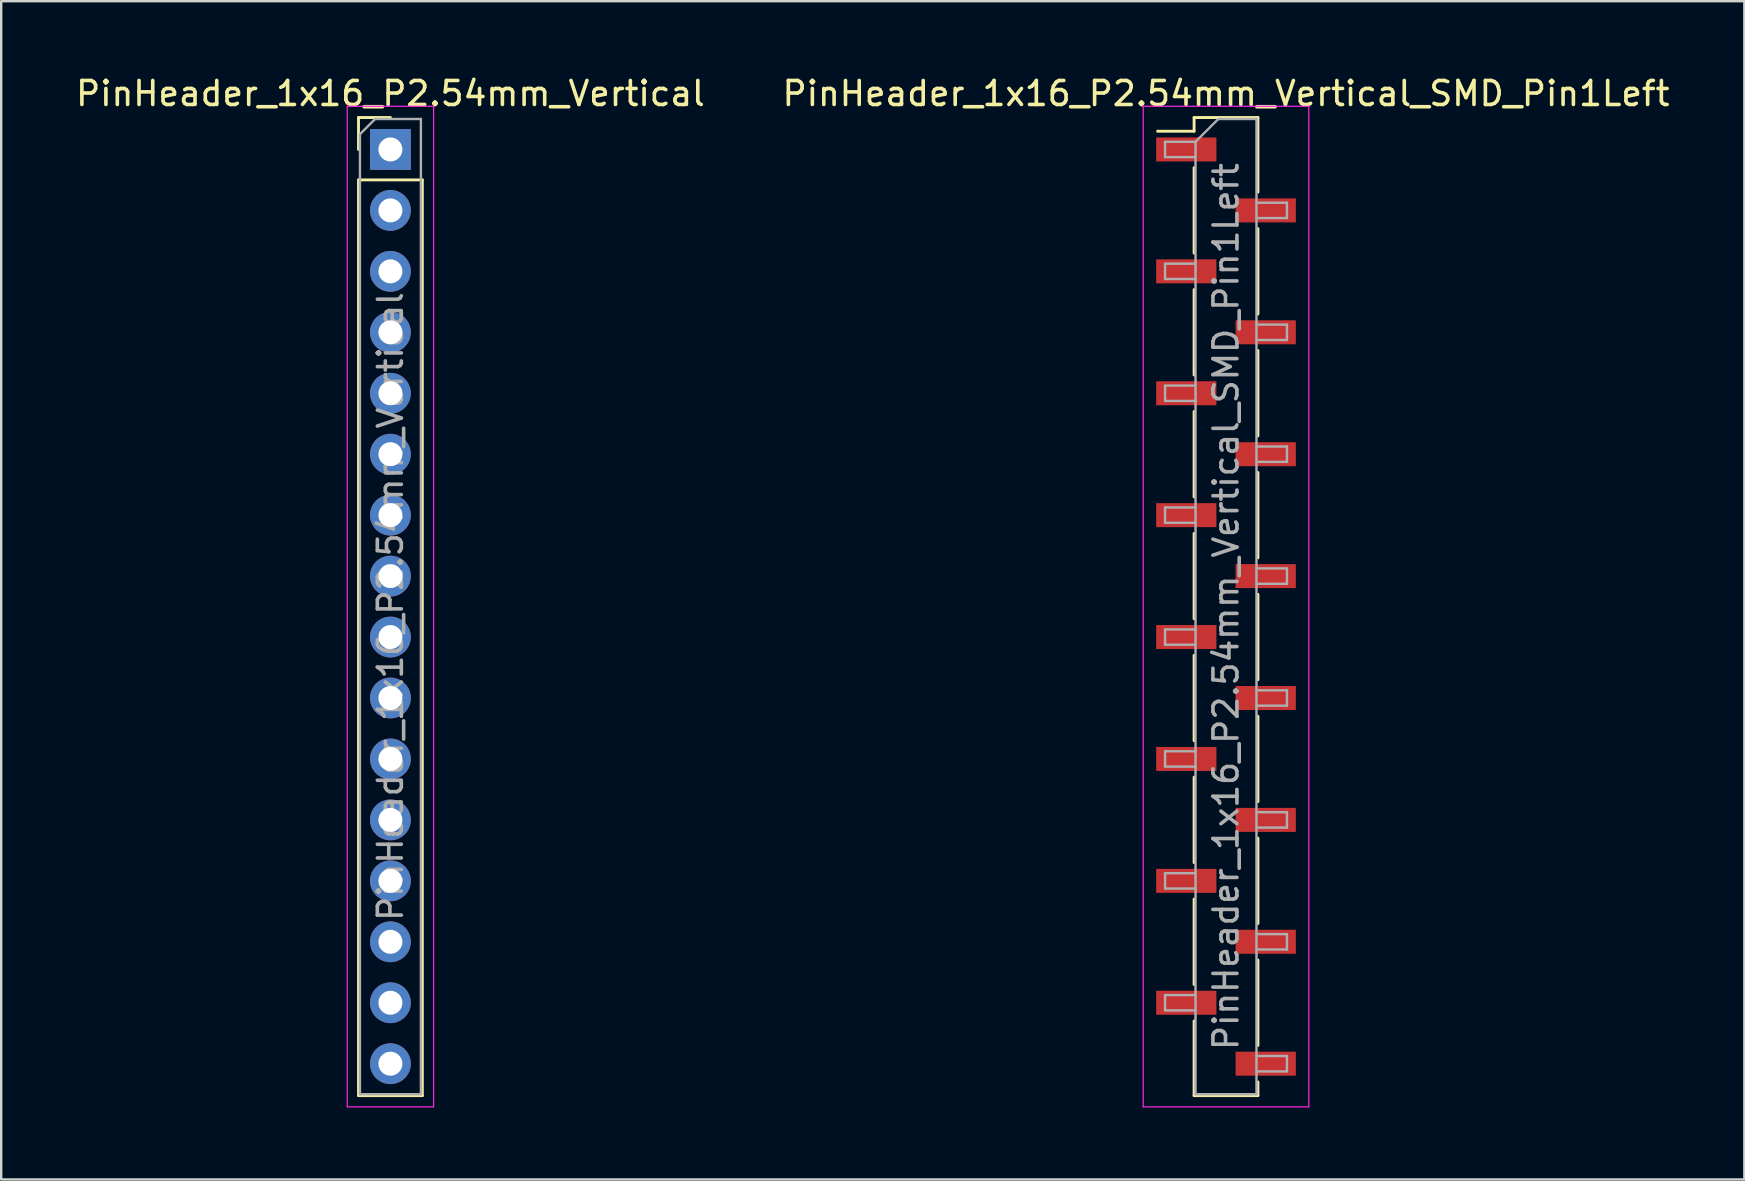
<source format=kicad_pcb>
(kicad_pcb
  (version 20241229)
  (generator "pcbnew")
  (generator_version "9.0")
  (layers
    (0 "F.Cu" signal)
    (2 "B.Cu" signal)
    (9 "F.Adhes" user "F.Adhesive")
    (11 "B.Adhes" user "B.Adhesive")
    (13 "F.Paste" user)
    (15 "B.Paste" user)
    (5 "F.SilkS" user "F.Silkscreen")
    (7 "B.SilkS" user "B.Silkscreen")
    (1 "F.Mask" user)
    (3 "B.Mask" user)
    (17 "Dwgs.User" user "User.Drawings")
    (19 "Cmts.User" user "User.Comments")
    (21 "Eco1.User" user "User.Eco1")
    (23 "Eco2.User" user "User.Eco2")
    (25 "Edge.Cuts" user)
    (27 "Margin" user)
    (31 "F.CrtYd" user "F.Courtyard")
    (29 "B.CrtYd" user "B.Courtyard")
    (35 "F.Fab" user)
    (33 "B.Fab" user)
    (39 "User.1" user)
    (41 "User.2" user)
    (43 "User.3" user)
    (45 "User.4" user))
  (footprint "PinHeader_1x16_P2.54mm_Vertical"
    (layer "F.Cu")
    (at 13.22 3.178)
    (property "Reference" "PinHeader_1x16_P2.54mm_Vertical" (at 0 -2.33 0) (layer "F.SilkS") (effects (font (size 1 1) (thickness 0.15))))
    (attr through_hole)
    (fp_line (start -1.33 -1.33) (end 0 -1.33) (stroke (width 0.12) (type solid)) (layer "F.SilkS"))
    (fp_line (start -1.33 0) (end -1.33 -1.33) (stroke (width 0.12) (type solid)) (layer "F.SilkS"))
    (fp_line (start -1.33 1.27) (end -1.33 39.43) (stroke (width 0.12) (type solid)) (layer "F.SilkS"))
    (fp_line (start -1.33 1.27) (end 1.33 1.27) (stroke (width 0.12) (type solid)) (layer "F.SilkS"))
    (fp_line (start -1.33 39.43) (end 1.33 39.43) (stroke (width 0.12) (type solid)) (layer "F.SilkS"))
    (fp_line (start 1.33 1.27) (end 1.33 39.43) (stroke (width 0.12) (type solid)) (layer "F.SilkS"))
    (fp_line (start -1.8 -1.8) (end -1.8 39.9) (stroke (width 0.05) (type solid)) (layer "F.CrtYd"))
    (fp_line (start -1.8 39.9) (end 1.8 39.9) (stroke (width 0.05) (type solid)) (layer "F.CrtYd"))
    (fp_line (start 1.8 -1.8) (end -1.8 -1.8) (stroke (width 0.05) (type solid)) (layer "F.CrtYd"))
    (fp_line (start 1.8 39.9) (end 1.8 -1.8) (stroke (width 0.05) (type solid)) (layer "F.CrtYd"))
    (fp_line (start -1.27 -0.635) (end -0.635 -1.27) (stroke (width 0.1) (type solid)) (layer "F.Fab"))
    (fp_line (start -1.27 39.37) (end -1.27 -0.635) (stroke (width 0.1) (type solid)) (layer "F.Fab"))
    (fp_line (start -0.635 -1.27) (end 1.27 -1.27) (stroke (width 0.1) (type solid)) (layer "F.Fab"))
    (fp_line (start 1.27 -1.27) (end 1.27 39.37) (stroke (width 0.1) (type solid)) (layer "F.Fab"))
    (fp_line (start 1.27 39.37) (end -1.27 39.37) (stroke (width 0.1) (type solid)) (layer "F.Fab"))
    (fp_text user "${REFERENCE}" (at 0 19.05 90) (layer "F.Fab") (effects (font (size 1 1) (thickness 0.15))))
    (pad "1" thru_hole rect (at 0 0) (size 1.7 1.7) (drill 1) (layers "*.Cu" "*.Mask"))
    (pad "2" thru_hole oval (at 0 2.54) (size 1.7 1.7) (drill 1) (layers "*.Cu" "*.Mask"))
    (pad "3" thru_hole oval (at 0 5.08) (size 1.7 1.7) (drill 1) (layers "*.Cu" "*.Mask"))
    (pad "4" thru_hole oval (at 0 7.62) (size 1.7 1.7) (drill 1) (layers "*.Cu" "*.Mask"))
    (pad "5" thru_hole oval (at 0 10.16) (size 1.7 1.7) (drill 1) (layers "*.Cu" "*.Mask"))
    (pad "6" thru_hole oval (at 0 12.7) (size 1.7 1.7) (drill 1) (layers "*.Cu" "*.Mask"))
    (pad "7" thru_hole oval (at 0 15.24) (size 1.7 1.7) (drill 1) (layers "*.Cu" "*.Mask"))
    (pad "8" thru_hole oval (at 0 17.78) (size 1.7 1.7) (drill 1) (layers "*.Cu" "*.Mask"))
    (pad "9" thru_hole oval (at 0 20.32) (size 1.7 1.7) (drill 1) (layers "*.Cu" "*.Mask"))
    (pad "10" thru_hole oval (at 0 22.86) (size 1.7 1.7) (drill 1) (layers "*.Cu" "*.Mask"))
    (pad "11" thru_hole oval (at 0 25.4) (size 1.7 1.7) (drill 1) (layers "*.Cu" "*.Mask"))
    (pad "12" thru_hole oval (at 0 27.94) (size 1.7 1.7) (drill 1) (layers "*.Cu" "*.Mask"))
    (pad "13" thru_hole oval (at 0 30.48) (size 1.7 1.7) (drill 1) (layers "*.Cu" "*.Mask"))
    (pad "14" thru_hole oval (at 0 33.02) (size 1.7 1.7) (drill 1) (layers "*.Cu" "*.Mask"))
    (pad "15" thru_hole oval (at 0 35.56) (size 1.7 1.7) (drill 1) (layers "*.Cu" "*.Mask"))
    (pad "16" thru_hole oval (at 0 38.1) (size 1.7 1.7) (drill 1) (layers "*.Cu" "*.Mask")))
  (footprint "PinHeader_1x16_P2.54mm_Vertical_SMD_Pin1Left"
    (layer "F.Cu")
    (at 48.042 22.228)
    (property "Reference" "PinHeader_1x16_P2.54mm_Vertical_SMD_Pin1Left" (at 0 -21.38 0) (layer "F.SilkS") (effects (font (size 1 1) (thickness 0.15))))
    (attr smd)
    (fp_line (start -1.33 -20.38) (end -1.33 -19.81) (stroke (width 0.12) (type solid)) (layer "F.SilkS"))
    (fp_line (start -1.33 -20.38) (end 1.33 -20.38) (stroke (width 0.12) (type solid)) (layer "F.SilkS"))
    (fp_line (start -1.33 -19.81) (end -2.85 -19.81) (stroke (width 0.12) (type solid)) (layer "F.SilkS"))
    (fp_line (start -1.33 -18.29) (end -1.33 -14.73) (stroke (width 0.12) (type solid)) (layer "F.SilkS"))
    (fp_line (start -1.33 -13.21) (end -1.33 -9.65) (stroke (width 0.12) (type solid)) (layer "F.SilkS"))
    (fp_line (start -1.33 -8.13) (end -1.33 -4.57) (stroke (width 0.12) (type solid)) (layer "F.SilkS"))
    (fp_line (start -1.33 -3.05) (end -1.33 0.51) (stroke (width 0.12) (type solid)) (layer "F.SilkS"))
    (fp_line (start -1.33 2.03) (end -1.33 5.59) (stroke (width 0.12) (type solid)) (layer "F.SilkS"))
    (fp_line (start -1.33 7.11) (end -1.33 10.67) (stroke (width 0.12) (type solid)) (layer "F.SilkS"))
    (fp_line (start -1.33 12.19) (end -1.33 15.75) (stroke (width 0.12) (type solid)) (layer "F.SilkS"))
    (fp_line (start -1.33 17.27) (end -1.33 20.38) (stroke (width 0.12) (type solid)) (layer "F.SilkS"))
    (fp_line (start -1.33 20.38) (end 1.33 20.38) (stroke (width 0.12) (type solid)) (layer "F.SilkS"))
    (fp_line (start 1.33 -20.38) (end 1.33 -17.27) (stroke (width 0.12) (type solid)) (layer "F.SilkS"))
    (fp_line (start 1.33 -15.75) (end 1.33 -12.19) (stroke (width 0.12) (type solid)) (layer "F.SilkS"))
    (fp_line (start 1.33 -10.67) (end 1.33 -7.11) (stroke (width 0.12) (type solid)) (layer "F.SilkS"))
    (fp_line (start 1.33 -5.59) (end 1.33 -2.03) (stroke (width 0.12) (type solid)) (layer "F.SilkS"))
    (fp_line (start 1.33 -0.51) (end 1.33 3.05) (stroke (width 0.12) (type solid)) (layer "F.SilkS"))
    (fp_line (start 1.33 4.57) (end 1.33 8.13) (stroke (width 0.12) (type solid)) (layer "F.SilkS"))
    (fp_line (start 1.33 9.65) (end 1.33 13.21) (stroke (width 0.12) (type solid)) (layer "F.SilkS"))
    (fp_line (start 1.33 14.73) (end 1.33 18.29) (stroke (width 0.12) (type solid)) (layer "F.SilkS"))
    (fp_line (start 1.33 19.81) (end 1.33 20.38) (stroke (width 0.12) (type solid)) (layer "F.SilkS"))
    (fp_line (start -3.45 -20.85) (end -3.45 20.85) (stroke (width 0.05) (type solid)) (layer "F.CrtYd"))
    (fp_line (start -3.45 20.85) (end 3.45 20.85) (stroke (width 0.05) (type solid)) (layer "F.CrtYd"))
    (fp_line (start 3.45 -20.85) (end -3.45 -20.85) (stroke (width 0.05) (type solid)) (layer "F.CrtYd"))
    (fp_line (start 3.45 20.85) (end 3.45 -20.85) (stroke (width 0.05) (type solid)) (layer "F.CrtYd"))
    (fp_line (start -2.54 -19.37) (end -2.54 -18.73) (stroke (width 0.1) (type solid)) (layer "F.Fab"))
    (fp_line (start -2.54 -18.73) (end -1.27 -18.73) (stroke (width 0.1) (type solid)) (layer "F.Fab"))
    (fp_line (start -2.54 -14.29) (end -2.54 -13.65) (stroke (width 0.1) (type solid)) (layer "F.Fab"))
    (fp_line (start -2.54 -13.65) (end -1.27 -13.65) (stroke (width 0.1) (type solid)) (layer "F.Fab"))
    (fp_line (start -2.54 -9.21) (end -2.54 -8.57) (stroke (width 0.1) (type solid)) (layer "F.Fab"))
    (fp_line (start -2.54 -8.57) (end -1.27 -8.57) (stroke (width 0.1) (type solid)) (layer "F.Fab"))
    (fp_line (start -2.54 -4.13) (end -2.54 -3.49) (stroke (width 0.1) (type solid)) (layer "F.Fab"))
    (fp_line (start -2.54 -3.49) (end -1.27 -3.49) (stroke (width 0.1) (type solid)) (layer "F.Fab"))
    (fp_line (start -2.54 0.95) (end -2.54 1.59) (stroke (width 0.1) (type solid)) (layer "F.Fab"))
    (fp_line (start -2.54 1.59) (end -1.27 1.59) (stroke (width 0.1) (type solid)) (layer "F.Fab"))
    (fp_line (start -2.54 6.03) (end -2.54 6.67) (stroke (width 0.1) (type solid)) (layer "F.Fab"))
    (fp_line (start -2.54 6.67) (end -1.27 6.67) (stroke (width 0.1) (type solid)) (layer "F.Fab"))
    (fp_line (start -2.54 11.11) (end -2.54 11.75) (stroke (width 0.1) (type solid)) (layer "F.Fab"))
    (fp_line (start -2.54 11.75) (end -1.27 11.75) (stroke (width 0.1) (type solid)) (layer "F.Fab"))
    (fp_line (start -2.54 16.19) (end -2.54 16.83) (stroke (width 0.1) (type solid)) (layer "F.Fab"))
    (fp_line (start -2.54 16.83) (end -1.27 16.83) (stroke (width 0.1) (type solid)) (layer "F.Fab"))
    (fp_line (start -1.27 -19.37) (end -2.54 -19.37) (stroke (width 0.1) (type solid)) (layer "F.Fab"))
    (fp_line (start -1.27 -19.37) (end -0.32 -20.32) (stroke (width 0.1) (type solid)) (layer "F.Fab"))
    (fp_line (start -1.27 -14.29) (end -2.54 -14.29) (stroke (width 0.1) (type solid)) (layer "F.Fab"))
    (fp_line (start -1.27 -9.21) (end -2.54 -9.21) (stroke (width 0.1) (type solid)) (layer "F.Fab"))
    (fp_line (start -1.27 -4.13) (end -2.54 -4.13) (stroke (width 0.1) (type solid)) (layer "F.Fab"))
    (fp_line (start -1.27 0.95) (end -2.54 0.95) (stroke (width 0.1) (type solid)) (layer "F.Fab"))
    (fp_line (start -1.27 6.03) (end -2.54 6.03) (stroke (width 0.1) (type solid)) (layer "F.Fab"))
    (fp_line (start -1.27 11.11) (end -2.54 11.11) (stroke (width 0.1) (type solid)) (layer "F.Fab"))
    (fp_line (start -1.27 16.19) (end -2.54 16.19) (stroke (width 0.1) (type solid)) (layer "F.Fab"))
    (fp_line (start -1.27 20.32) (end -1.27 -19.37) (stroke (width 0.1) (type solid)) (layer "F.Fab"))
    (fp_line (start -0.32 -20.32) (end 1.27 -20.32) (stroke (width 0.1) (type solid)) (layer "F.Fab"))
    (fp_line (start 1.27 -20.32) (end 1.27 20.32) (stroke (width 0.1) (type solid)) (layer "F.Fab"))
    (fp_line (start 1.27 -16.83) (end 2.54 -16.83) (stroke (width 0.1) (type solid)) (layer "F.Fab"))
    (fp_line (start 1.27 -11.75) (end 2.54 -11.75) (stroke (width 0.1) (type solid)) (layer "F.Fab"))
    (fp_line (start 1.27 -6.67) (end 2.54 -6.67) (stroke (width 0.1) (type solid)) (layer "F.Fab"))
    (fp_line (start 1.27 -1.59) (end 2.54 -1.59) (stroke (width 0.1) (type solid)) (layer "F.Fab"))
    (fp_line (start 1.27 3.49) (end 2.54 3.49) (stroke (width 0.1) (type solid)) (layer "F.Fab"))
    (fp_line (start 1.27 8.57) (end 2.54 8.57) (stroke (width 0.1) (type solid)) (layer "F.Fab"))
    (fp_line (start 1.27 13.65) (end 2.54 13.65) (stroke (width 0.1) (type solid)) (layer "F.Fab"))
    (fp_line (start 1.27 18.73) (end 2.54 18.73) (stroke (width 0.1) (type solid)) (layer "F.Fab"))
    (fp_line (start 1.27 20.32) (end -1.27 20.32) (stroke (width 0.1) (type solid)) (layer "F.Fab"))
    (fp_line (start 2.54 -16.83) (end 2.54 -16.19) (stroke (width 0.1) (type solid)) (layer "F.Fab"))
    (fp_line (start 2.54 -16.19) (end 1.27 -16.19) (stroke (width 0.1) (type solid)) (layer "F.Fab"))
    (fp_line (start 2.54 -11.75) (end 2.54 -11.11) (stroke (width 0.1) (type solid)) (layer "F.Fab"))
    (fp_line (start 2.54 -11.11) (end 1.27 -11.11) (stroke (width 0.1) (type solid)) (layer "F.Fab"))
    (fp_line (start 2.54 -6.67) (end 2.54 -6.03) (stroke (width 0.1) (type solid)) (layer "F.Fab"))
    (fp_line (start 2.54 -6.03) (end 1.27 -6.03) (stroke (width 0.1) (type solid)) (layer "F.Fab"))
    (fp_line (start 2.54 -1.59) (end 2.54 -0.95) (stroke (width 0.1) (type solid)) (layer "F.Fab"))
    (fp_line (start 2.54 -0.95) (end 1.27 -0.95) (stroke (width 0.1) (type solid)) (layer "F.Fab"))
    (fp_line (start 2.54 3.49) (end 2.54 4.13) (stroke (width 0.1) (type solid)) (layer "F.Fab"))
    (fp_line (start 2.54 4.13) (end 1.27 4.13) (stroke (width 0.1) (type solid)) (layer "F.Fab"))
    (fp_line (start 2.54 8.57) (end 2.54 9.21) (stroke (width 0.1) (type solid)) (layer "F.Fab"))
    (fp_line (start 2.54 9.21) (end 1.27 9.21) (stroke (width 0.1) (type solid)) (layer "F.Fab"))
    (fp_line (start 2.54 13.65) (end 2.54 14.29) (stroke (width 0.1) (type solid)) (layer "F.Fab"))
    (fp_line (start 2.54 14.29) (end 1.27 14.29) (stroke (width 0.1) (type solid)) (layer "F.Fab"))
    (fp_line (start 2.54 18.73) (end 2.54 19.37) (stroke (width 0.1) (type solid)) (layer "F.Fab"))
    (fp_line (start 2.54 19.37) (end 1.27 19.37) (stroke (width 0.1) (type solid)) (layer "F.Fab"))
    (fp_text user "${REFERENCE}" (at 0 0 90) (layer "F.Fab") (effects (font (size 1 1) (thickness 0.15))))
    (pad "1" smd rect (at -1.655 -19.05) (size 2.51 1) (layers "F.Cu" "F.Mask" "F.Paste"))
    (pad "2" smd rect (at 1.655 -16.51) (size 2.51 1) (layers "F.Cu" "F.Mask" "F.Paste"))
    (pad "3" smd rect (at -1.655 -13.97) (size 2.51 1) (layers "F.Cu" "F.Mask" "F.Paste"))
    (pad "4" smd rect (at 1.655 -11.43) (size 2.51 1) (layers "F.Cu" "F.Mask" "F.Paste"))
    (pad "5" smd rect (at -1.655 -8.89) (size 2.51 1) (layers "F.Cu" "F.Mask" "F.Paste"))
    (pad "6" smd rect (at 1.655 -6.35) (size 2.51 1) (layers "F.Cu" "F.Mask" "F.Paste"))
    (pad "7" smd rect (at -1.655 -3.81) (size 2.51 1) (layers "F.Cu" "F.Mask" "F.Paste"))
    (pad "8" smd rect (at 1.655 -1.27) (size 2.51 1) (layers "F.Cu" "F.Mask" "F.Paste"))
    (pad "9" smd rect (at -1.655 1.27) (size 2.51 1) (layers "F.Cu" "F.Mask" "F.Paste"))
    (pad "10" smd rect (at 1.655 3.81) (size 2.51 1) (layers "F.Cu" "F.Mask" "F.Paste"))
    (pad "11" smd rect (at -1.655 6.35) (size 2.51 1) (layers "F.Cu" "F.Mask" "F.Paste"))
    (pad "12" smd rect (at 1.655 8.89) (size 2.51 1) (layers "F.Cu" "F.Mask" "F.Paste"))
    (pad "13" smd rect (at -1.655 11.43) (size 2.51 1) (layers "F.Cu" "F.Mask" "F.Paste"))
    (pad "14" smd rect (at 1.655 13.97) (size 2.51 1) (layers "F.Cu" "F.Mask" "F.Paste"))
    (pad "15" smd rect (at -1.655 16.51) (size 2.51 1) (layers "F.Cu" "F.Mask" "F.Paste"))
    (pad "16" smd rect (at 1.655 19.05) (size 2.51 1) (layers "F.Cu" "F.Mask" "F.Paste")))
  (gr_rect
    (start -3 -3)
    (end 69.643 46.103)
    (stroke (width 0.1) (type default))
    (fill no)
    (layer "Edge.Cuts")))
</source>
